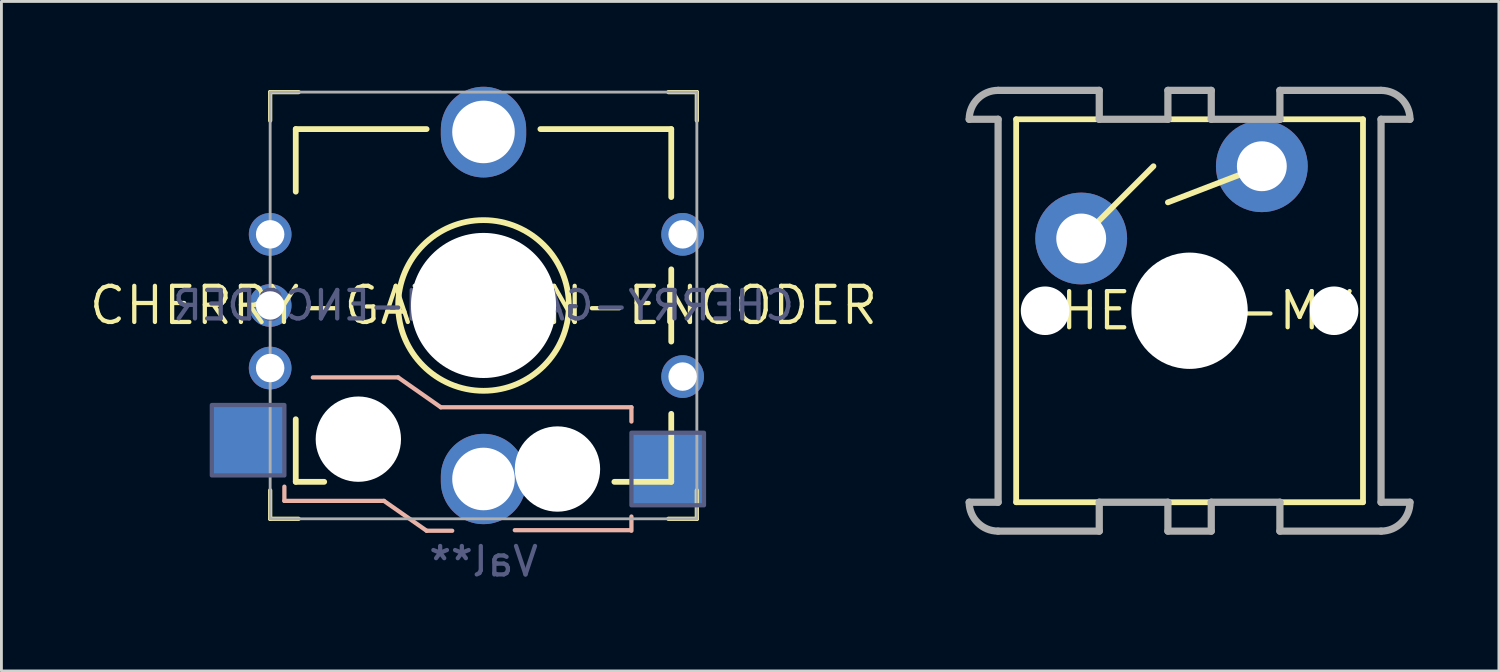
<source format=kicad_pcb>
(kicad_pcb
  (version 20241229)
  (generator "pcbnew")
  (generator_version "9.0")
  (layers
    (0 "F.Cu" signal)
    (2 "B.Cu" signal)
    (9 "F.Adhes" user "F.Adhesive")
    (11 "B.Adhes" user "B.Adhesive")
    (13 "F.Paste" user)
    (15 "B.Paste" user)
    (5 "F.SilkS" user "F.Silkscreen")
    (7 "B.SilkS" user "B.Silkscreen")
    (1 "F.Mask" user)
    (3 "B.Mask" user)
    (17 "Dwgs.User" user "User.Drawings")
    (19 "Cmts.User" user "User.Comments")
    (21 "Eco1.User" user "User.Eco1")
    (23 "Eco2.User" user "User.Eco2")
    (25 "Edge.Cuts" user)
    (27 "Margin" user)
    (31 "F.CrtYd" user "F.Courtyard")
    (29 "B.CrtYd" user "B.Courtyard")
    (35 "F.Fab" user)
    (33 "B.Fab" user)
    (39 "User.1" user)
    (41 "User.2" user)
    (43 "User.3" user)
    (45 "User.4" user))
  (footprint "CHERRY-MX"
    (layer "F.Cu")
    (at 38.768 7.874)
    (property "Reference" "CHERRY-MX" (at 0 0 0) (layer "F.SilkS") (effects (font (size 1.27 1.27) (thickness 0.15))))
    (fp_line (start -6.096 -6.731) (end 6.096 -6.731) (stroke (width 0.203) (type solid)) (layer "F.SilkS"))
    (fp_line (start -6.096 6.731) (end -6.096 -6.731) (stroke (width 0.203) (type solid)) (layer "F.SilkS"))
    (fp_line (start -3.81 -2.54) (end -1.27 -5.08) (stroke (width 0.203) (type solid)) (layer "F.SilkS"))
    (fp_line (start 2.54 -5.08) (end -0.762 -3.81) (stroke (width 0.203) (type solid)) (layer "F.SilkS"))
    (fp_line (start 6.096 -6.731) (end 6.096 6.731) (stroke (width 0.203) (type solid)) (layer "F.SilkS"))
    (fp_line (start 6.096 6.731) (end -6.096 6.731) (stroke (width 0.203) (type solid)) (layer "F.SilkS"))
    (fp_line (start -6.731 -7.747) (end -3.175 -7.747) (stroke (width 0.254) (type solid)) (layer "F.Fab"))
    (fp_line (start -6.731 -6.731) (end -7.747 -6.731) (stroke (width 0.254) (type solid)) (layer "F.Fab"))
    (fp_line (start -6.731 6.731) (end -7.747 6.731) (stroke (width 0.254) (type solid)) (layer "F.Fab"))
    (fp_line (start -6.731 6.731) (end -6.731 -6.731) (stroke (width 0.254) (type solid)) (layer "F.Fab"))
    (fp_line (start -6.731 7.747) (end -3.175 7.747) (stroke (width 0.254) (type solid)) (layer "F.Fab"))
    (fp_line (start -3.175 -7.747) (end -3.175 -6.731) (stroke (width 0.254) (type solid)) (layer "F.Fab"))
    (fp_line (start -3.175 -6.731) (end -0.762 -6.731) (stroke (width 0.254) (type solid)) (layer "F.Fab"))
    (fp_line (start -3.175 7.747) (end -3.175 6.731) (stroke (width 0.254) (type solid)) (layer "F.Fab"))
    (fp_line (start -0.762 -7.747) (end 0.762 -7.747) (stroke (width 0.254) (type solid)) (layer "F.Fab"))
    (fp_line (start -0.762 -6.731) (end -0.762 -7.747) (stroke (width 0.254) (type solid)) (layer "F.Fab"))
    (fp_line (start -0.762 6.731) (end -3.175 6.731) (stroke (width 0.254) (type solid)) (layer "F.Fab"))
    (fp_line (start -0.762 7.747) (end -0.762 6.731) (stroke (width 0.254) (type solid)) (layer "F.Fab"))
    (fp_line (start 0.762 -7.747) (end 0.762 -6.731) (stroke (width 0.254) (type solid)) (layer "F.Fab"))
    (fp_line (start 0.762 -6.731) (end 3.175 -6.731) (stroke (width 0.254) (type solid)) (layer "F.Fab"))
    (fp_line (start 0.762 6.731) (end 0.762 7.747) (stroke (width 0.254) (type solid)) (layer "F.Fab"))
    (fp_line (start 0.762 7.747) (end -0.762 7.747) (stroke (width 0.254) (type solid)) (layer "F.Fab"))
    (fp_line (start 3.175 -7.747) (end 3.175 -6.731) (stroke (width 0.254) (type solid)) (layer "F.Fab"))
    (fp_line (start 3.175 6.731) (end 0.762 6.731) (stroke (width 0.254) (type solid)) (layer "F.Fab"))
    (fp_line (start 3.175 7.747) (end 3.175 6.731) (stroke (width 0.254) (type solid)) (layer "F.Fab"))
    (fp_line (start 6.731 -7.747) (end 3.175 -7.747) (stroke (width 0.254) (type solid)) (layer "F.Fab"))
    (fp_line (start 6.731 -6.731) (end 6.731 6.731) (stroke (width 0.254) (type solid)) (layer "F.Fab"))
    (fp_line (start 6.731 -6.731) (end 7.747 -6.731) (stroke (width 0.254) (type solid)) (layer "F.Fab"))
    (fp_line (start 6.731 6.731) (end 7.747 6.731) (stroke (width 0.254) (type solid)) (layer "F.Fab"))
    (fp_line (start 6.731 7.747) (end 3.175 7.747) (stroke (width 0.254) (type solid)) (layer "F.Fab"))
    (fp_arc (start -7.747 -6.731) (mid -7.44942 -7.44942) (end -6.731 -7.747) (stroke (width 0.254) (type solid)) (layer "F.Fab"))
    (fp_arc (start -6.731 7.747) (mid -7.44942 7.44942) (end -7.747 6.731) (stroke (width 0.254) (type solid)) (layer "F.Fab"))
    (fp_arc (start 6.731 -7.747) (mid 7.44942 -7.44942) (end 7.747 -6.731) (stroke (width 0.254) (type solid)) (layer "F.Fab"))
    (fp_arc (start 7.747 6.731) (mid 7.44942 7.44942) (end 6.731 7.747) (stroke (width 0.254) (type solid)) (layer "F.Fab"))
    (pad "" np_thru_hole circle (at -5.08 0) (size 1.707 1.707) (drill 1.707) (layers "*.Cu" "*.Mask"))
    (pad "" np_thru_hole circle (at 0 0) (size 4.089 4.089) (drill 4.089) (layers "*.Cu" "*.Mask"))
    (pad "" np_thru_hole circle (at 5.08 0) (size 1.707 1.707) (drill 1.707) (layers "*.Cu" "*.Mask"))
    (pad "S1" thru_hole circle (at -3.81 -2.54) (size 3.226 3.226) (drill 1.753) (layers "*.Cu" "*.Mask"))
    (pad "S2" thru_hole circle (at 2.54 -5.08) (size 3.226 3.226) (drill 1.753) (layers "*.Cu" "*.Mask")))
  (footprint "CHERRY-GATERON-ENCODER"
    (layer "F.Cu")
    (at 13.947 7.688)
    (property "Reference" "CHERRY-GATERON-ENCODER" (at 0 0 0) (layer "F.SilkS") (effects (font (size 1.27 1.27) (thickness 0.15))))
    (property "Value" "Val**" (at 0 0 0) (layer "F.SilkS") (hide yes) (effects (font (size 1.27 1.27) (thickness 0.15))))
    (fp_line (start -7.5 -6.5) (end -7.5 -7.5) (stroke (width 0.15) (type solid)) (layer "F.SilkS"))
    (fp_line (start -7.5 7.5) (end -7.5 6.5) (stroke (width 0.15) (type solid)) (layer "F.SilkS"))
    (fp_line (start -7.5 7.5) (end -6.5 7.5) (stroke (width 0.15) (type solid)) (layer "F.SilkS"))
    (fp_line (start -6.6 -6.2) (end -6.6 -4) (stroke (width 0.203) (type solid)) (layer "F.SilkS"))
    (fp_line (start -6.6 -6.2) (end -2 -6.2) (stroke (width 0.203) (type solid)) (layer "F.SilkS"))
    (fp_line (start -6.6 4) (end -6.6 6.2) (stroke (width 0.203) (type solid)) (layer "F.SilkS"))
    (fp_line (start -6.6 6.2) (end -5.6 6.2) (stroke (width 0.203) (type solid)) (layer "F.SilkS"))
    (fp_line (start -6.5 -7.5) (end -7.5 -7.5) (stroke (width 0.15) (type solid)) (layer "F.SilkS"))
    (fp_line (start 2 -6.2) (end 6.6 -6.2) (stroke (width 0.203) (type solid)) (layer "F.SilkS"))
    (fp_line (start 4.6 6.2) (end 6.6 6.2) (stroke (width 0.203) (type solid)) (layer "F.SilkS"))
    (fp_line (start 6.5 7.5) (end 7.5 7.5) (stroke (width 0.15) (type solid)) (layer "F.SilkS"))
    (fp_line (start 6.6 -3.81) (end 6.6 -6.2) (stroke (width 0.203) (type solid)) (layer "F.SilkS"))
    (fp_line (start 6.6 1.27) (end 6.6 -1.27) (stroke (width 0.203) (type solid)) (layer "F.SilkS"))
    (fp_line (start 6.6 6.2) (end 6.6 3.81) (stroke (width 0.203) (type solid)) (layer "F.SilkS"))
    (fp_line (start 7.5 -7.5) (end 6.5 -7.5) (stroke (width 0.15) (type solid)) (layer "F.SilkS"))
    (fp_line (start 7.5 -7.5) (end 7.5 -6.5) (stroke (width 0.15) (type solid)) (layer "F.SilkS"))
    (fp_line (start 7.5 6.5) (end 7.5 7.5) (stroke (width 0.15) (type solid)) (layer "F.SilkS"))
    (fp_circle (center 0 0) (end 0 -3) (stroke (width 0.203) (type solid)) (fill no) (layer "F.SilkS"))
    (fp_line (start -7 6.37) (end -7 6.87) (stroke (width 0.15) (type solid)) (layer "B.SilkS"))
    (fp_line (start -7 6.87) (end -3.5 6.87) (stroke (width 0.15) (type solid)) (layer "B.SilkS"))
    (fp_line (start -6 2.53) (end -3 2.53) (stroke (width 0.15) (type solid)) (layer "B.SilkS"))
    (fp_line (start -2 7.92) (end -3.5 6.87) (stroke (width 0.15) (type solid)) (layer "B.SilkS"))
    (fp_line (start -2 7.92) (end -1.1 7.92) (stroke (width 0.15) (type solid)) (layer "B.SilkS"))
    (fp_line (start -1.5 3.58) (end -3 2.53) (stroke (width 0.15) (type solid)) (layer "B.SilkS"))
    (fp_line (start -1.5 3.58) (end 5.2 3.58) (stroke (width 0.15) (type solid)) (layer "B.SilkS"))
    (fp_line (start 1.1 7.9) (end 5.15 7.9) (stroke (width 0.15) (type solid)) (layer "B.SilkS"))
    (fp_line (start 5.2 3.58) (end 5.2 4.08) (stroke (width 0.15) (type solid)) (layer "B.SilkS"))
    (fp_line (start 5.2 7.92) (end 5.2 7.42) (stroke (width 0.15) (type solid)) (layer "B.SilkS"))
    (fp_rect (start -7 -7) (end 7 7) (stroke (width 0.12) (type solid)) (fill no) (layer "Eco2.User"))
    (fp_rect (start -7 3.5) (end -9.55 5.975) (stroke (width 0.15) (type solid)) (fill no) (layer "B.Fab"))
    (fp_rect (start 7.75 4.475) (end 5.2 7.025) (stroke (width 0.15) (type solid)) (fill no) (layer "B.Fab"))
    (fp_rect (start -7.5 -7.5) (end 7.5 7.5) (stroke (width 0.1) (type solid)) (fill no) (layer "F.Fab"))
    (fp_text user "${VALUE}" (at 0 9 0) (layer "B.Fab") (effects (font (size 1 1) (thickness 0.15)) (justify mirror)))
    (fp_text user "${REFERENCE}" (at 0 0 0) (layer "B.Fab") (effects (font (size 1 1) (thickness 0.15)) (justify mirror)))
    (pad "" np_thru_hole circle (at -4.4 4.7) (size 3 3) (drill 3) (layers "*.Cu" "*.Mask"))
    (pad "" np_thru_hole circle (at 0 0) (size 5.1 5.1) (drill 5.1) (layers "*.Cu" "*.Mask"))
    (pad "" np_thru_hole circle (at 2.6 5.75) (size 3 3) (drill 3) (layers "*.Cu" "*.Mask"))
    (pad "A" thru_hole circle (at -7.5 -2.5 270) (size 1.5 1.5) (drill 1) (layers "*.Cu" "*.Mask"))
    (pad "B" thru_hole circle (at -7.5 2.2 270) (size 1.5 1.5) (drill 1) (layers "*.Cu" "*.Mask"))
    (pad "C" thru_hole circle (at -7.5 0 270) (size 1.5 1.5) (drill 1) (layers "*.Cu" "*.Mask"))
    (pad "CASE1" thru_hole oval (at 0 6.1 90) (size 3.175 3) (drill 2.2) (layers "*.Cu" "*.Mask"))
    (pad "CASE2" thru_hole oval (at 0 -6.1 90) (size 3.188 3) (drill 2.2 (offset -0.006 0)) (layers "*.Cu" "*.Mask"))
    (pad "D" thru_hole circle (at 7 -2.5 270) (size 1.5 1.5) (drill 1) (layers "*.Cu" "*.Mask"))
    (pad "E" thru_hole circle (at 7 2.5 270) (size 1.5 1.5) (drill 1) (layers "*.Cu" "*.Mask"))
    (pad "S1" smd rect (at -8.275 4.737) (size 2.55 2.475) (layers "B.Cu" "B.Mask" "B.Paste"))
    (pad "S2" smd rect (at 6.475 5.75) (size 2.55 2.55) (layers "B.Cu" "B.Mask" "B.Paste")))
  (gr_rect
    (start -3 -3)
    (end 49.642 20.536)
    (stroke (width 0.1) (type default))
    (fill no)
    (layer "Edge.Cuts")))
</source>
